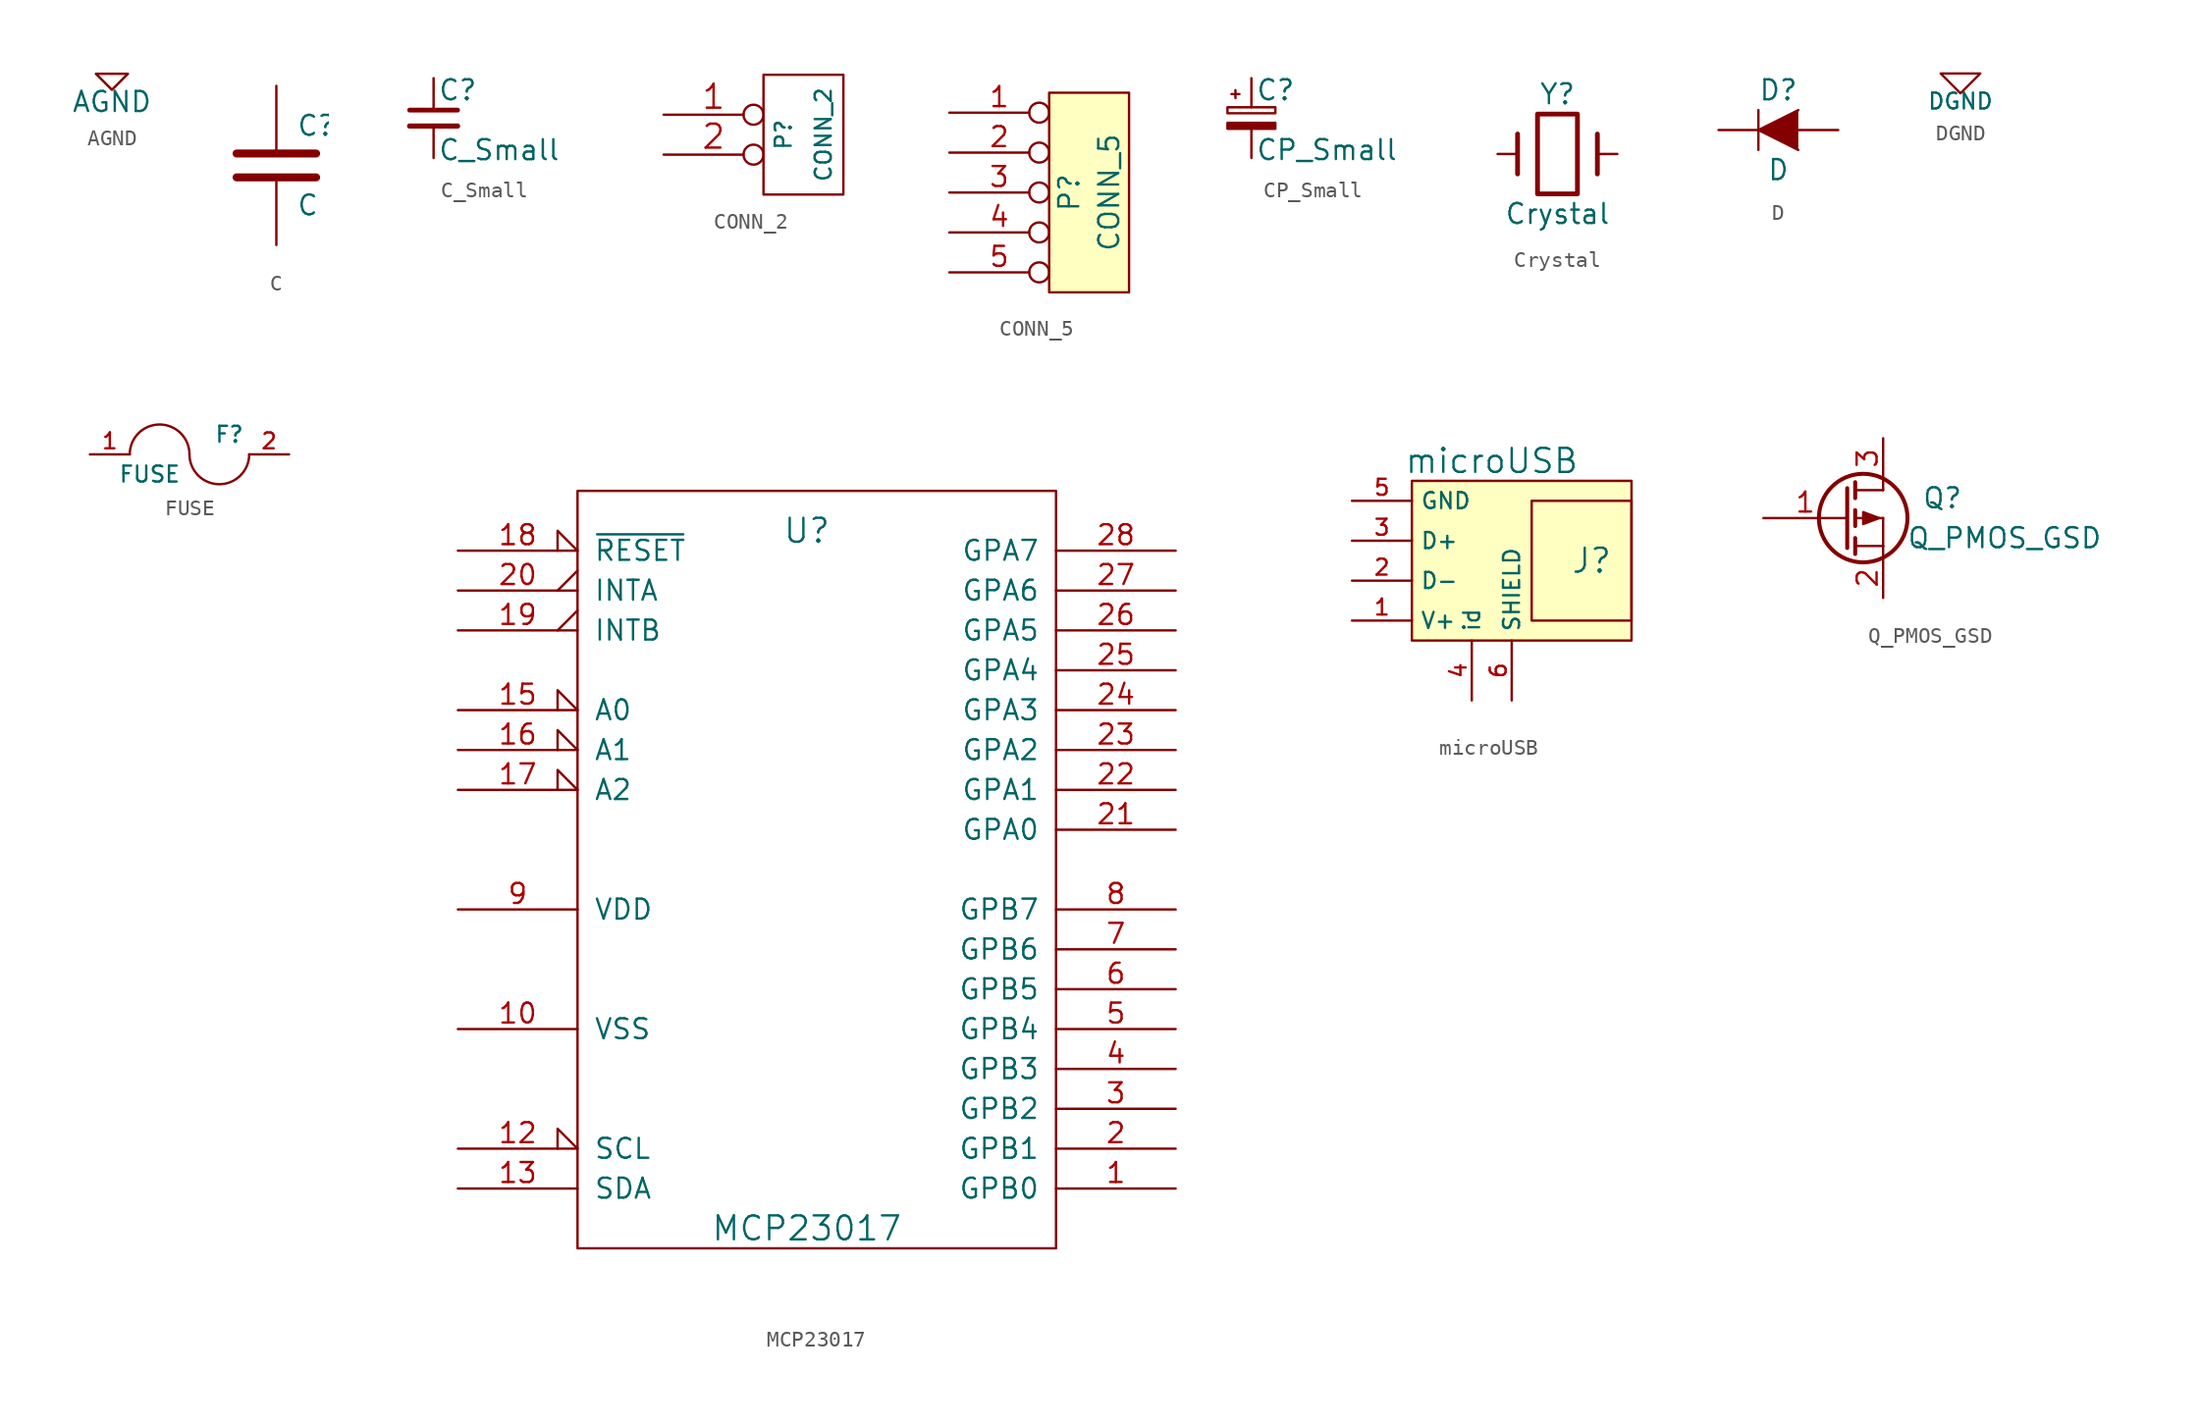
<source format=kicad_sym>
(kicad_symbol_lib
  (version 20231120)
  (generator "kicad_symbol_editor")
  (generator_version "8.0")
  (symbol "AGND"
    (power)
    (pin_names
      (offset 0.254))
    (property "Reference" "#PWR"
      (at 0 0 0)
      (effects (font (size 1.016 1.016)) (hide yes)))
    (property "Value" "AGND"
      (at 0 -1.778 0)
      (effects (font (size 1.27 1.27))))
    (property "Footprint" ""
      (at 0 0 0)
      (effects (font (size 1.524 1.524))))
    (property "Datasheet" ""
      (at 0 0 0)
      (effects (font (size 1.524 1.524))))
    (symbol "AGND_0_1"
      (polyline (pts (xy -1.016 0) (xy 1.016 0) (xy 0 -1.016) (xy -1.016 0)) (stroke (width 0) (type solid)) (fill (type none))))
    (symbol "AGND_1_1"
      (pin power_in line (at 0 0 90) (length 0) hide (name "AGND" (effects (font (size 1.016 1.016)))) (number "1" (effects (font (size 1.016 1.016)))))))
  (symbol "C"
    (pin_numbers hide)
    (pin_names
      (offset 0.254))
    (property "Reference" "C"
      (at 1.27 2.54 0)
      (effects (font (size 1.27 1.27)) (justify left)))
    (property "Value" "C"
      (at 1.27 -2.54 0)
      (effects (font (size 1.27 1.27)) (justify left)))
    (property "Footprint" ""
      (at 0 0 0)
      (effects (font (size 1.524 1.524))))
    (property "Datasheet" ""
      (at 0 0 0)
      (effects (font (size 1.524 1.524))))
    (symbol "C_0_1"
      (polyline (pts (xy -2.54 -0.762) (xy 2.54 -0.762)) (stroke (width 0.508) (type solid)) (fill (type none)))
      (polyline (pts (xy -2.54 0.762) (xy 2.54 0.762)) (stroke (width 0.508) (type solid)) (fill (type none))))
    (symbol "C_1_1"
      (pin passive line (at 0 5.08 270) (length 4.318) (name "~" (effects (font (size 1.016 1.016)))) (number "1" (effects (font (size 1.016 1.016)))))
      (pin passive line (at 0 -5.08 90) (length 4.318) (name "~" (effects (font (size 1.016 1.016)))) (number "2" (effects (font (size 1.016 1.016)))))))
  (symbol "C_Small"
    (pin_numbers hide)
    (pin_names
      (offset 0.254) hide)
    (property "Reference" "C"
      (at 0.254 1.778 0)
      (effects (font (size 1.27 1.27)) (justify left)))
    (property "Value" "C_Small"
      (at 0.254 -2.032 0)
      (effects (font (size 1.27 1.27)) (justify left)))
    (property "Footprint" ""
      (at 0 0 0)
      (effects (font (size 1.524 1.524))))
    (property "Datasheet" ""
      (at 0 0 0)
      (effects (font (size 1.524 1.524))))
    (symbol "C_Small_0_1"
      (polyline (pts (xy -1.524 -0.508) (xy 1.524 -0.508)) (stroke (width 0.33) (type solid)) (fill (type none)))
      (polyline (pts (xy -1.524 0.508) (xy 1.524 0.508)) (stroke (width 0.305) (type solid)) (fill (type none))))
    (symbol "C_Small_1_1"
      (pin passive line (at 0 2.54 270) (length 1.905) (name "~" (effects (font (size 1.016 1.016)))) (number "1" (effects (font (size 1.016 1.016)))))
      (pin passive line (at 0 -2.54 90) (length 2.032) (name "~" (effects (font (size 1.016 1.016)))) (number "2" (effects (font (size 1.016 1.016)))))))
  (symbol "CONN_2"
    (pin_names
      (offset 1.016) hide)
    (property "Reference" "P"
      (at -1.27 0 90)
      (effects (font (size 1.016 1.016))))
    (property "Value" "CONN_2"
      (at 1.27 0 90)
      (effects (font (size 1.016 1.016))))
    (property "Footprint" ""
      (at 0 0 0)
      (effects (font (size 1.524 1.524))))
    (property "Datasheet" ""
      (at 0 0 0)
      (effects (font (size 1.524 1.524))))
    (symbol "CONN_2_0_1"
      (rectangle (start -2.54 3.81) (end 2.54 -3.81) (stroke (width 0) (type solid)) (fill (type none))))
    (symbol "CONN_2_1_1"
      (pin passive inverted (at -8.89 1.27 0) (length 6.35) (name "P1" (effects (font (size 1.524 1.524)))) (number "1" (effects (font (size 1.524 1.524)))))
      (pin passive inverted (at -8.89 -1.27 0) (length 6.35) (name "PM" (effects (font (size 1.524 1.524)))) (number "2" (effects (font (size 1.524 1.524)))))))
  (symbol "CONN_5"
    (pin_names
      (offset 1.016) hide)
    (property "Reference" "P"
      (at -1.27 0 90)
      (effects (font (size 1.27 1.27))))
    (property "Value" "CONN_5"
      (at 1.27 0 90)
      (effects (font (size 1.27 1.27))))
    (property "Footprint" ""
      (at 0 1.27 0)
      (effects (font (size 1.524 1.524))))
    (property "Datasheet" ""
      (at 0 1.27 0)
      (effects (font (size 1.524 1.524))))
    (symbol "CONN_5_0_1"
      (rectangle (start -2.54 6.35) (end 2.54 -6.35) (stroke (width 0) (type solid)) (fill (type background))))
    (symbol "CONN_5_1_1"
      (pin passive inverted (at -8.89 5.08 0) (length 6.35) (name "P1" (effects (font (size 1.27 1.27)))) (number "1" (effects (font (size 1.27 1.27)))))
      (pin passive inverted (at -8.89 2.54 0) (length 6.35) (name "P2" (effects (font (size 1.27 1.27)))) (number "2" (effects (font (size 1.27 1.27)))))
      (pin passive inverted (at -8.89 0 0) (length 6.35) (name "P3" (effects (font (size 1.27 1.27)))) (number "3" (effects (font (size 1.27 1.27)))))
      (pin passive inverted (at -8.89 -2.54 0) (length 6.35) (name "P4" (effects (font (size 1.27 1.27)))) (number "4" (effects (font (size 1.27 1.27)))))
      (pin input inverted (at -8.89 -5.08 0) (length 6.35) (name "~" (effects (font (size 1.27 1.27)))) (number "5" (effects (font (size 1.27 1.27)))))))
  (symbol "CP_Small"
    (pin_numbers hide)
    (pin_names
      (offset 0.254) hide)
    (property "Reference" "C"
      (at 0.254 1.778 0)
      (effects (font (size 1.27 1.27)) (justify left)))
    (property "Value" "CP_Small"
      (at 0.254 -2.032 0)
      (effects (font (size 1.27 1.27)) (justify left)))
    (property "Footprint" ""
      (at 0 0 0)
      (effects (font (size 1.524 1.524))))
    (property "Datasheet" ""
      (at 0 0 0)
      (effects (font (size 1.524 1.524))))
    (symbol "CP_Small_0_1"
      (rectangle (start -1.524 -0.305) (end 1.524 -0.686) (stroke (width 0) (type solid)) (fill (type outline)))
      (rectangle (start -1.524 0.686) (end 1.524 0.305) (stroke (width 0) (type solid)) (fill (type none)))
      (polyline (pts (xy -1.27 1.524) (xy -0.762 1.524)) (stroke (width 0) (type solid)) (fill (type none)))
      (polyline (pts (xy -1.016 1.27) (xy -1.016 1.778)) (stroke (width 0) (type solid)) (fill (type none))))
    (symbol "CP_Small_1_1"
      (pin passive line (at 0 2.54 270) (length 1.854) (name "~" (effects (font (size 1.016 1.016)))) (number "1" (effects (font (size 1.016 1.016)))))
      (pin passive line (at 0 -2.54 90) (length 1.854) (name "~" (effects (font (size 1.016 1.016)))) (number "2" (effects (font (size 1.016 1.016)))))))
  (symbol "Crystal"
    (pin_numbers hide)
    (pin_names
      (offset 1.016) hide)
    (property "Reference" "Y"
      (at 0 3.81 0)
      (effects (font (size 1.27 1.27))))
    (property "Value" "Crystal"
      (at 0 -3.81 0)
      (effects (font (size 1.27 1.27))))
    (property "Footprint" ""
      (at 0 0 0)
      (effects (font (size 1.524 1.524))))
    (property "Datasheet" ""
      (at 0 0 0)
      (effects (font (size 1.524 1.524))))
    (symbol "Crystal_0_1"
      (rectangle (start -1.27 2.54) (end 1.27 -2.54) (stroke (width 0.305) (type solid)) (fill (type none)))
      (polyline (pts (xy -2.54 -1.27) (xy -2.54 1.27)) (stroke (width 0.305) (type solid)) (fill (type none)))
      (polyline (pts (xy 2.54 -1.27) (xy 2.54 1.27)) (stroke (width 0.305) (type solid)) (fill (type none))))
    (symbol "Crystal_1_1"
      (pin passive line (at -3.81 0 0) (length 1.27) (name "1" (effects (font (size 1.016 1.016)))) (number "1" (effects (font (size 1.016 1.016)))))
      (pin passive line (at 3.81 0 180) (length 1.27) (name "2" (effects (font (size 1.016 1.016)))) (number "2" (effects (font (size 1.016 1.016)))))))
  (symbol "D"
    (pin_numbers hide)
    (pin_names
      (offset 1.016) hide)
    (property "Reference" "D"
      (at 0 2.54 0)
      (effects (font (size 1.27 1.27))))
    (property "Value" "D"
      (at 0 -2.54 0)
      (effects (font (size 1.27 1.27))))
    (property "Footprint" ""
      (at 0 0 0)
      (effects (font (size 1.524 1.524))))
    (property "Datasheet" ""
      (at 0 0 0)
      (effects (font (size 1.524 1.524))))
    (symbol "D_0_1"
      (polyline (pts (xy -1.27 1.27) (xy -1.27 -1.27)) (stroke (width 0.152) (type solid)) (fill (type none)))
      (polyline (pts (xy 1.27 1.27) (xy -1.27 0) (xy 1.27 -1.27)) (stroke (width 0) (type solid)) (fill (type outline))))
    (symbol "D_1_1"
      (pin passive line (at 3.81 0 180) (length 2.54) (name "A" (effects (font (size 1.27 1.27)))) (number "1" (effects (font (size 1.27 1.27)))))
      (pin passive line (at -3.81 0 0) (length 2.54) (name "K" (effects (font (size 1.27 1.27)))) (number "2" (effects (font (size 1.27 1.27)))))))
  (symbol "DGND"
    (power)
    (pin_names
      (offset 1.016))
    (property "Reference" "#PWR"
      (at 0 0 0)
      (effects (font (size 1.016 1.016)) (hide yes)))
    (property "Value" "DGND"
      (at 0 -1.778 0)
      (effects (font (size 1.016 1.016))))
    (property "Footprint" ""
      (at 0 0 0)
      (effects (font (size 1.524 1.524))))
    (property "Datasheet" ""
      (at 0 0 0)
      (effects (font (size 1.524 1.524))))
    (symbol "DGND_0_1"
      (polyline (pts (xy -1.27 0) (xy 0 -1.27) (xy 1.27 0) (xy -1.27 0)) (stroke (width 0) (type solid)) (fill (type none))))
    (symbol "DGND_1_1"
      (pin power_in line (at 0 0 90) (length 0) hide (name "DGND" (effects (font (size 1.016 1.016)))) (number "1" (effects (font (size 1.016 1.016)))))))
  (symbol "FUSE"
    (pin_names
      (offset 0.254))
    (property "Reference" "F"
      (at 2.54 1.27 0)
      (effects (font (size 1.016 1.016))))
    (property "Value" "FUSE"
      (at -2.54 -1.27 0)
      (effects (font (size 1.016 1.016))))
    (property "Footprint" ""
      (at 0 0 0)
      (effects (font (size 1.524 1.524))))
    (property "Datasheet" ""
      (at 0 0 0)
      (effects (font (size 1.524 1.524))))
    (symbol "FUSE_0_1"
      (arc (start 0 0) (mid -1.905 1.905) (end -3.81 0) (stroke (width 0) (type solid)) (fill (type none)))
      (arc (start 0 0) (mid 1.905 -1.905) (end 3.81 0) (stroke (width 0) (type solid)) (fill (type none))))
    (symbol "FUSE_1_1"
      (pin input line (at -6.35 0 0) (length 2.54) (name "~" (effects (font (size 1.016 1.016)))) (number "1" (effects (font (size 1.016 1.016)))))
      (pin input line (at 6.35 0 180) (length 2.54) (name "~" (effects (font (size 1.016 1.016)))) (number "2" (effects (font (size 1.016 1.016)))))))
  (symbol "MCP23017"
    (pin_names
      (offset 1.016))
    (property "Reference" "U"
      (at -0.635 21.59 0)
      (effects (font (size 1.524 1.524))))
    (property "Value" "MCP23017"
      (at -0.635 -22.86 0)
      (effects (font (size 1.524 1.524))))
    (property "Footprint" ""
      (at 0 0 0)
      (effects (font (size 1.524 1.524))))
    (property "Datasheet" ""
      (at 0 0 0)
      (effects (font (size 1.524 1.524))))
    (symbol "MCP23017_0_1"
      (rectangle (start -15.24 24.13) (end 15.24 -24.13) (stroke (width 0) (type solid)) (fill (type none))))
    (symbol "MCP23017_1_1"
      (pin bidirectional line (at 22.86 -20.32 180) (length 7.62) (name "GPB0" (effects (font (size 1.27 1.27)))) (number "1" (effects (font (size 1.27 1.27)))))
      (pin power_in line (at -22.86 -10.16 0) (length 7.62) (name "VSS" (effects (font (size 1.27 1.27)))) (number "10" (effects (font (size 1.27 1.27)))))
      (pin input input_low (at -22.86 -17.78 0) (length 7.62) (name "SCL" (effects (font (size 1.27 1.27)))) (number "12" (effects (font (size 1.27 1.27)))))
      (pin output line (at -22.86 -20.32 0) (length 7.62) (name "SDA" (effects (font (size 1.27 1.27)))) (number "13" (effects (font (size 1.27 1.27)))))
      (pin input input_low (at -22.86 10.16 0) (length 7.62) (name "A0" (effects (font (size 1.27 1.27)))) (number "15" (effects (font (size 1.27 1.27)))))
      (pin input input_low (at -22.86 7.62 0) (length 7.62) (name "A1" (effects (font (size 1.27 1.27)))) (number "16" (effects (font (size 1.27 1.27)))))
      (pin input input_low (at -22.86 5.08 0) (length 7.62) (name "A2" (effects (font (size 1.27 1.27)))) (number "17" (effects (font (size 1.27 1.27)))))
      (pin input input_low (at -22.86 20.32 0) (length 7.62) (name "~{RESET}" (effects (font (size 1.27 1.27)))) (number "18" (effects (font (size 1.27 1.27)))))
      (pin output output_low (at -22.86 15.24 0) (length 7.62) (name "INTB" (effects (font (size 1.27 1.27)))) (number "19" (effects (font (size 1.27 1.27)))))
      (pin bidirectional line (at 22.86 -17.78 180) (length 7.62) (name "GPB1" (effects (font (size 1.27 1.27)))) (number "2" (effects (font (size 1.27 1.27)))))
      (pin output output_low (at -22.86 17.78 0) (length 7.62) (name "INTA" (effects (font (size 1.27 1.27)))) (number "20" (effects (font (size 1.27 1.27)))))
      (pin bidirectional line (at 22.86 2.54 180) (length 7.62) (name "GPA0" (effects (font (size 1.27 1.27)))) (number "21" (effects (font (size 1.27 1.27)))))
      (pin bidirectional line (at 22.86 5.08 180) (length 7.62) (name "GPA1" (effects (font (size 1.27 1.27)))) (number "22" (effects (font (size 1.27 1.27)))))
      (pin bidirectional line (at 22.86 7.62 180) (length 7.62) (name "GPA2" (effects (font (size 1.27 1.27)))) (number "23" (effects (font (size 1.27 1.27)))))
      (pin bidirectional line (at 22.86 10.16 180) (length 7.62) (name "GPA3" (effects (font (size 1.27 1.27)))) (number "24" (effects (font (size 1.27 1.27)))))
      (pin bidirectional line (at 22.86 12.7 180) (length 7.62) (name "GPA4" (effects (font (size 1.27 1.27)))) (number "25" (effects (font (size 1.27 1.27)))))
      (pin bidirectional line (at 22.86 15.24 180) (length 7.62) (name "GPA5" (effects (font (size 1.27 1.27)))) (number "26" (effects (font (size 1.27 1.27)))))
      (pin bidirectional line (at 22.86 17.78 180) (length 7.62) (name "GPA6" (effects (font (size 1.27 1.27)))) (number "27" (effects (font (size 1.27 1.27)))))
      (pin bidirectional line (at 22.86 20.32 180) (length 7.62) (name "GPA7" (effects (font (size 1.27 1.27)))) (number "28" (effects (font (size 1.27 1.27)))))
      (pin bidirectional line (at 22.86 -15.24 180) (length 7.62) (name "GPB2" (effects (font (size 1.27 1.27)))) (number "3" (effects (font (size 1.27 1.27)))))
      (pin bidirectional line (at 22.86 -12.7 180) (length 7.62) (name "GPB3" (effects (font (size 1.27 1.27)))) (number "4" (effects (font (size 1.27 1.27)))))
      (pin bidirectional line (at 22.86 -10.16 180) (length 7.62) (name "GPB4" (effects (font (size 1.27 1.27)))) (number "5" (effects (font (size 1.27 1.27)))))
      (pin bidirectional line (at 22.86 -7.62 180) (length 7.62) (name "GPB5" (effects (font (size 1.27 1.27)))) (number "6" (effects (font (size 1.27 1.27)))))
      (pin bidirectional line (at 22.86 -5.08 180) (length 7.62) (name "GPB6" (effects (font (size 1.27 1.27)))) (number "7" (effects (font (size 1.27 1.27)))))
      (pin bidirectional line (at 22.86 -2.54 180) (length 7.62) (name "GPB7" (effects (font (size 1.27 1.27)))) (number "8" (effects (font (size 1.27 1.27)))))
      (pin power_in line (at -22.86 -2.54 0) (length 7.62) (name "VDD" (effects (font (size 1.27 1.27)))) (number "9" (effects (font (size 1.27 1.27)))))))
  (symbol "microUSB"
    (property "Reference" "J"
      (at 5.08 0 0)
      (effects (font (size 1.524 1.524))))
    (property "Value" "microUSB"
      (at -1.27 6.35 0)
      (effects (font (size 1.524 1.524))))
    (property "Footprint" ""
      (at 0 0 0)
      (effects (font (size 1.524 1.524))))
    (property "Datasheet" ""
      (at 0 0 0)
      (effects (font (size 1.524 1.524))))
    (symbol "microUSB_0_1"
      (rectangle (start -6.35 5.08) (end 7.62 -5.08) (stroke (width 0) (type solid)) (fill (type background)))
      (rectangle (start 1.27 3.81) (end 7.62 -3.81) (stroke (width 0) (type solid)) (fill (type none))))
    (symbol "microUSB_1_1"
      (pin power_in line (at -10.16 -3.81 0) (length 3.81) (name "V+" (effects (font (size 1.016 1.016)))) (number "1" (effects (font (size 1.016 1.016)))))
      (pin bidirectional line (at -10.16 -1.27 0) (length 3.81) (name "D-" (effects (font (size 1.016 1.016)))) (number "2" (effects (font (size 1.016 1.016)))))
      (pin bidirectional line (at -10.16 1.27 0) (length 3.81) (name "D+" (effects (font (size 1.016 1.016)))) (number "3" (effects (font (size 1.016 1.016)))))
      (pin input line (at -2.54 -8.89 90) (length 3.81) (name "id" (effects (font (size 1.016 1.016)))) (number "4" (effects (font (size 1.016 1.016)))))
      (pin power_in line (at -10.16 3.81 0) (length 3.81) (name "GND" (effects (font (size 1.016 1.016)))) (number "5" (effects (font (size 1.016 1.016)))))
      (pin passive line (at 0 -8.89 90) (length 3.81) (name "SHIELD" (effects (font (size 1.016 1.016)))) (number "6" (effects (font (size 1.016 1.016)))))))
  (symbol "Q_PMOS_GSD"
    (pin_names
      (offset 0) hide)
    (property "Reference" "Q"
      (at 7.62 1.27 0)
      (effects (font (size 1.27 1.27)) (justify right)))
    (property "Value" "Q_PMOS_GSD"
      (at 16.51 -1.27 0)
      (effects (font (size 1.27 1.27)) (justify right)))
    (property "Footprint" ""
      (at 5.08 2.54 0)
      (effects (font (size 0.737 0.737))))
    (property "Datasheet" ""
      (at 0 0 0)
      (effects (font (size 1.524 1.524))))
    (symbol "Q_PMOS_GSD_0_1"
      (polyline (pts (xy 0.762 -1.778) (xy 2.54 -1.778)) (stroke (width 0) (type solid)) (fill (type none)))
      (polyline (pts (xy 0.762 -1.27) (xy 0.762 -2.286)) (stroke (width 0.254) (type solid)) (fill (type none)))
      (polyline (pts (xy 0.762 0) (xy 2.54 0)) (stroke (width 0) (type solid)) (fill (type none)))
      (polyline (pts (xy 0.762 0.508) (xy 0.762 -0.508)) (stroke (width 0.254) (type solid)) (fill (type none)))
      (polyline (pts (xy 0.762 1.778) (xy 2.54 1.778)) (stroke (width 0) (type solid)) (fill (type none)))
      (polyline (pts (xy 0.762 2.286) (xy 0.762 1.27)) (stroke (width 0.254) (type solid)) (fill (type none)))
      (polyline (pts (xy 2.54 -1.778) (xy 2.54 -2.54)) (stroke (width 0) (type solid)) (fill (type none)))
      (polyline (pts (xy 2.54 -1.778) (xy 2.54 0)) (stroke (width 0) (type solid)) (fill (type none)))
      (polyline (pts (xy 2.54 2.54) (xy 2.54 1.778)) (stroke (width 0) (type solid)) (fill (type none)))
      (polyline (pts (xy 0.254 1.905) (xy 0.254 -1.905) (xy 0.254 -1.905)) (stroke (width 0.254) (type solid)) (fill (type none)))
      (polyline (pts (xy 2.286 0) (xy 1.27 -0.381) (xy 1.27 0.381) (xy 2.286 0)) (stroke (width 0) (type solid)) (fill (type outline)))
      (circle (center 1.27 0) (radius 2.819) (stroke (width 0.254) (type solid)) (fill (type none))))
    (symbol "Q_PMOS_GSD_1_1"
      (pin input line (at -5.08 0 0) (length 5.334) (name "G" (effects (font (size 1.27 1.27)))) (number "1" (effects (font (size 1.27 1.27)))))
      (pin passive line (at 2.54 -5.08 90) (length 2.54) (name "S" (effects (font (size 1.27 1.27)))) (number "2" (effects (font (size 1.27 1.27)))))
      (pin passive line (at 2.54 5.08 270) (length 2.54) (name "D" (effects (font (size 1.27 1.27)))) (number "3" (effects (font (size 1.27 1.27))))))))
</source>
